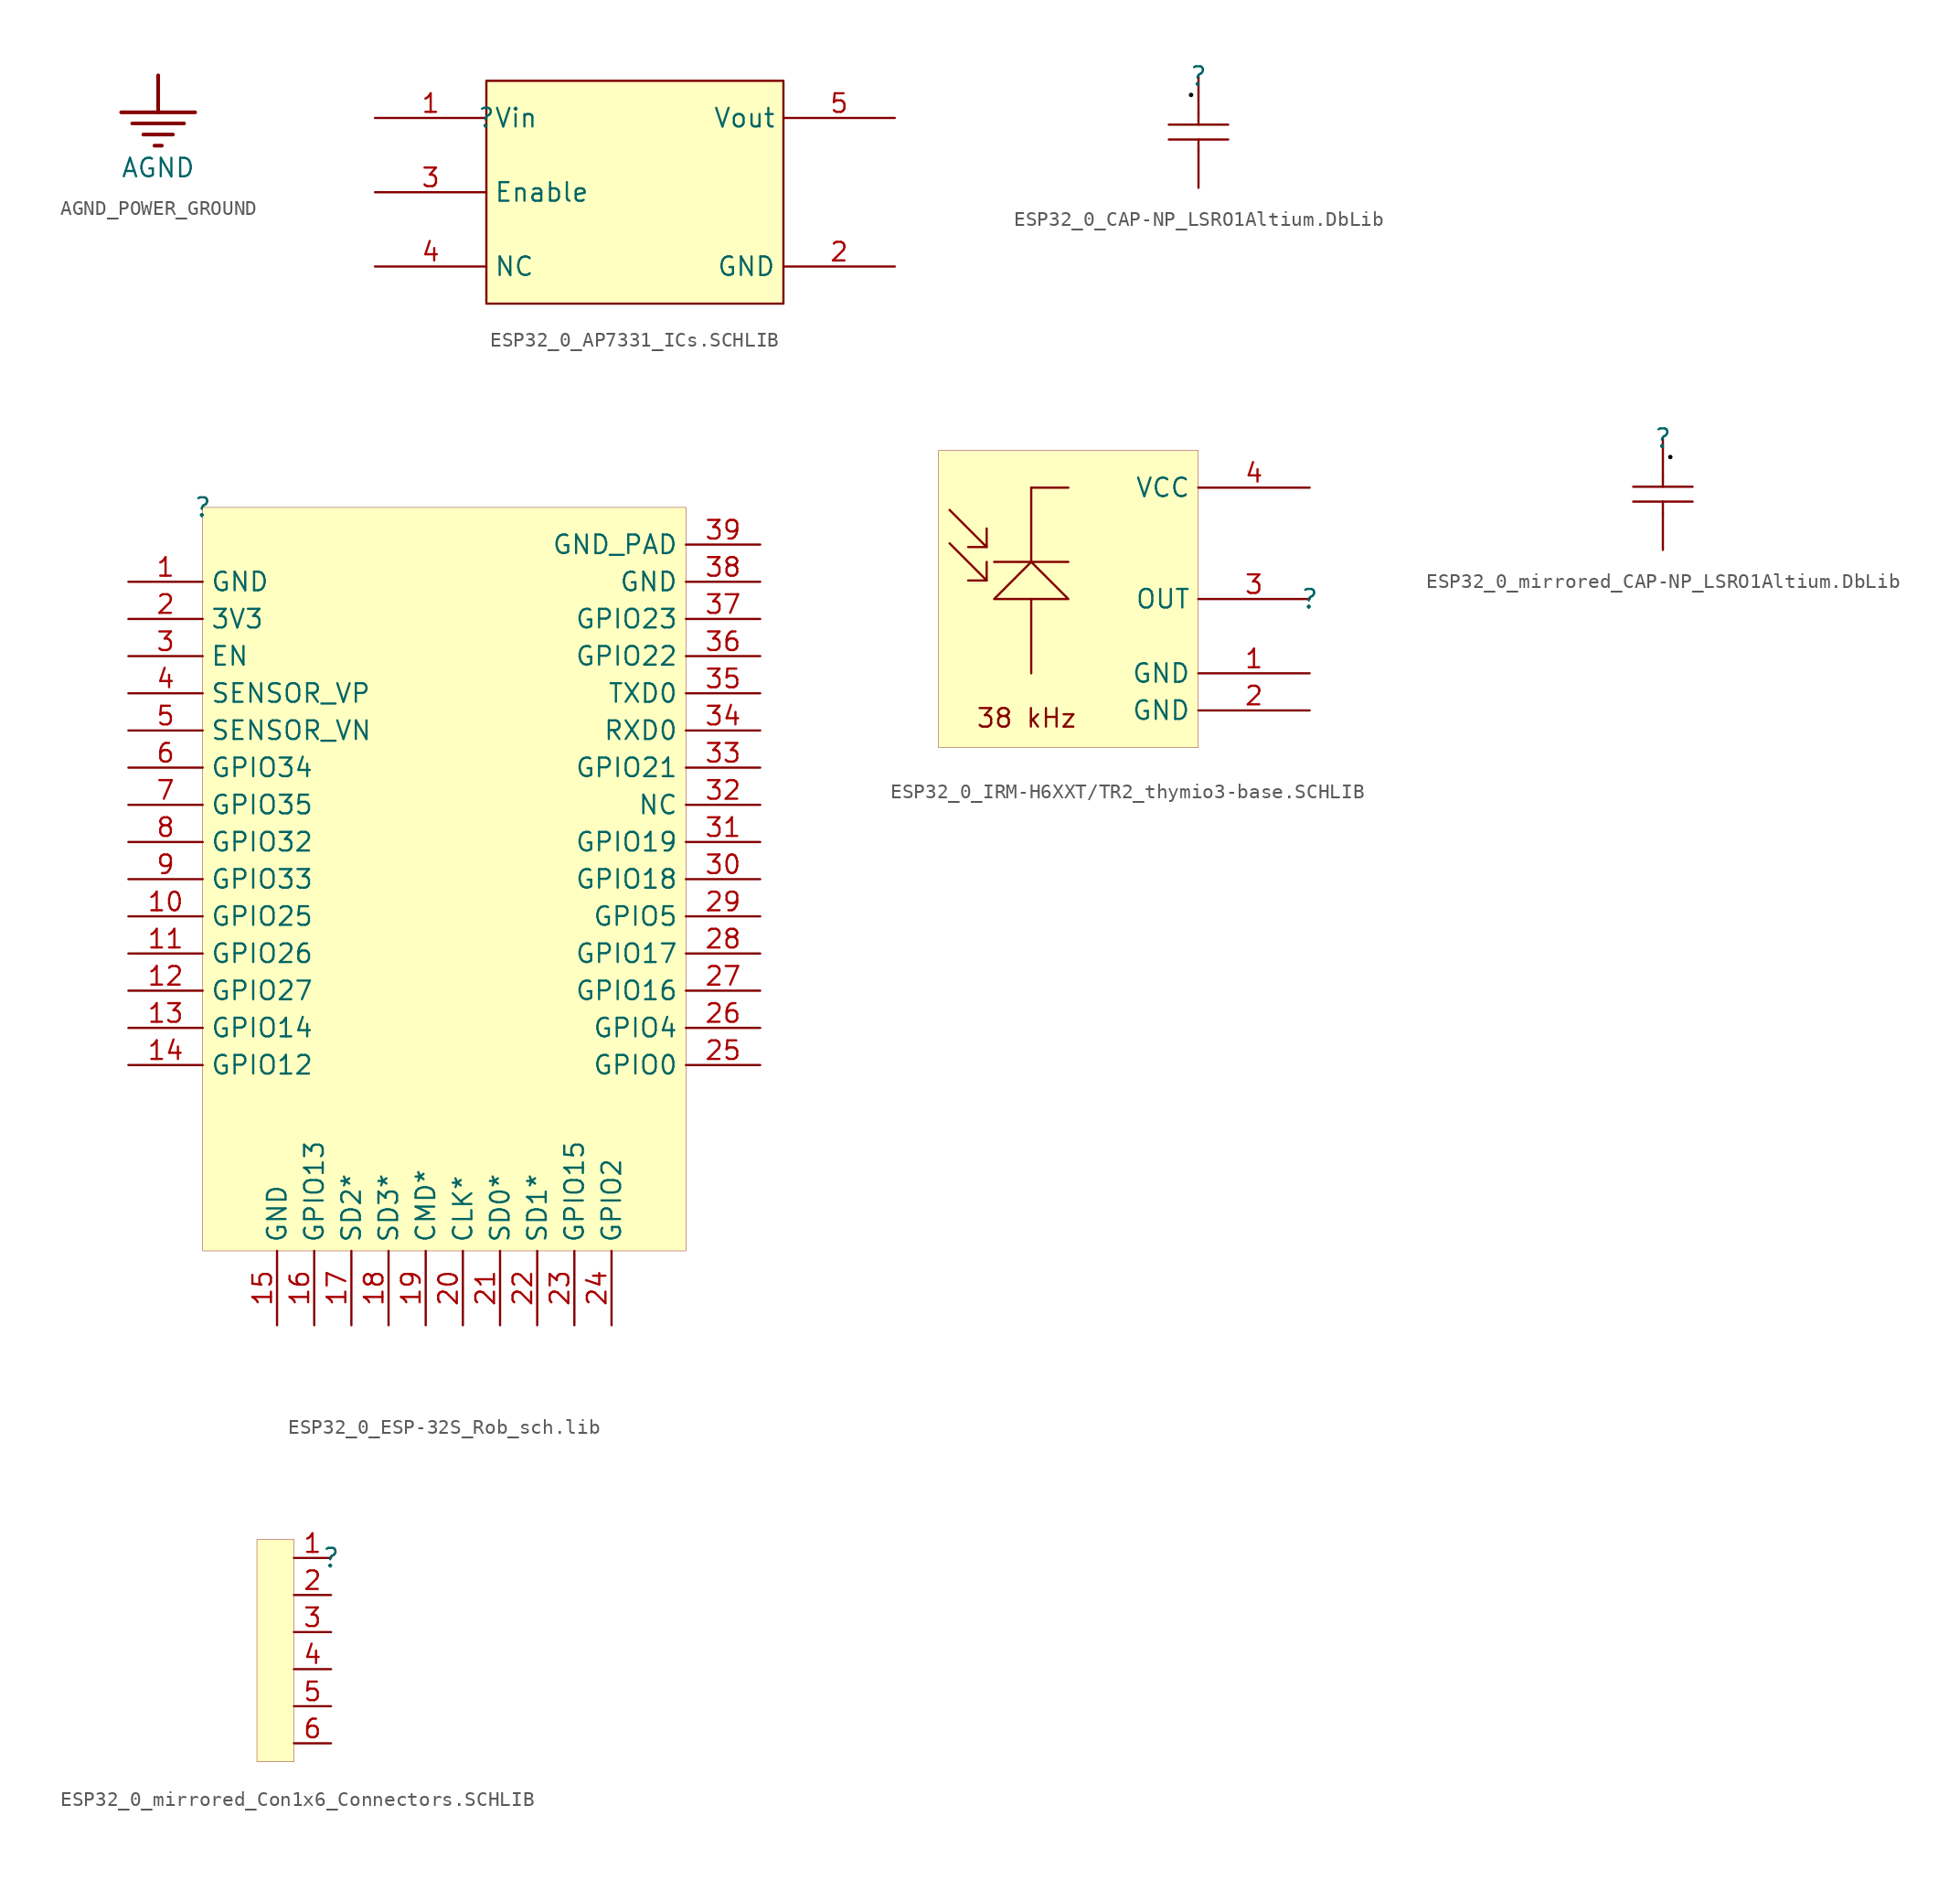
<source format=kicad_sym>
(kicad_symbol_lib
  (version 20241209)
  (generator "kicad_symbol_editor")
  (generator_version "9.0")
  (symbol "AGND_POWER_GROUND"
    (power)
    (property "Reference" "#PWR"
      (at 0 0 0)
      (effects (font (size 1.27 1.27)) (hide yes)))
    (property "Value" "AGND"
      (at 0 -6.35 0)
      (effects (font (size 1.27 1.27))))
    (symbol "AGND_POWER_GROUND_0_0"
      (polyline (pts (xy -2.54 -2.54) (xy 2.54 -2.54)) (stroke (width 0.254) (type solid)) (fill (type none)))
      (polyline (pts (xy -1.778 -3.302) (xy 1.778 -3.302)) (stroke (width 0.254) (type solid)) (fill (type none)))
      (polyline (pts (xy -1.016 -4.064) (xy 1.016 -4.064)) (stroke (width 0.254) (type solid)) (fill (type none)))
      (polyline (pts (xy -0.254 -4.826) (xy 0.254 -4.826)) (stroke (width 0.254) (type solid)) (fill (type none)))
      (polyline (pts (xy 0 0) (xy 0 -2.54)) (stroke (width 0.254) (type solid)) (fill (type none)))
      (pin power_in line (at 0 0 0) (length 0) (hide yes) (name "AGND" (effects (font (size 1.27 1.27)))) (number "" (effects (font (size 1.27 1.27)))))))
  (symbol "ESP32_0_AP7331_ICs.SCHLIB"
    (property "Reference" ""
      (at 0 0 0)
      (effects (font (size 1.27 1.27))))
    (property "Value" ""
      (at 0 0 0)
      (effects (font (size 1.27 1.27))))
    (symbol "ESP32_0_AP7331_ICs.SCHLIB_1_0"
      (rectangle (start 20.32 2.54) (end 0 -12.7) (stroke (width 0) (type solid) (color 128 0 0 1)) (fill (type background)))
      (pin power_in line (at -7.62 0 0) (length 7.62) (name "Vin" (effects (font (size 1.27 1.27)))) (number "1" (effects (font (size 1.27 1.27)))))
      (pin input line (at -7.62 -5.08 0) (length 7.62) (name "Enable" (effects (font (size 1.27 1.27)))) (number "3" (effects (font (size 1.27 1.27)))))
      (pin passive line (at -7.62 -10.16 0) (length 7.62) (name "NC" (effects (font (size 1.27 1.27)))) (number "4" (effects (font (size 1.27 1.27)))))
      (pin power_in line (at 27.94 0 180) (length 7.62) (name "Vout" (effects (font (size 1.27 1.27)))) (number "5" (effects (font (size 1.27 1.27)))))
      (pin power_in line (at 27.94 -10.16 180) (length 7.62) (name "GND" (effects (font (size 1.27 1.27)))) (number "2" (effects (font (size 1.27 1.27)))))))
  (symbol "ESP32_0_CAP-NP_LSRO1Altium.DbLib"
    (pin_numbers
      (hide yes))
    (pin_names
      (hide yes))
    (property "Reference" ""
      (at 0 0 0)
      (effects (font (size 1.27 1.27))))
    (property "Value" ""
      (at 0 0 0)
      (effects (font (size 1.27 1.27))))
    (symbol "ESP32_0_CAP-NP_LSRO1Altium.DbLib_1_0"
      (polyline (pts (xy -2.032 -3.302) (xy 2.032 -3.302)) (stroke (width 0) (type solid)) (fill (type none)))
      (circle (center -0.508 -1.27) (radius 0.152) (stroke (width -0.0001) (type solid) (color 0 0 0 1)) (fill (type outline)))
      (polyline (pts (xy 0 -2.54) (xy 0 -3.302)) (stroke (width 0) (type solid)) (fill (type none)))
      (polyline (pts (xy 0 -5.08) (xy 0 -4.318)) (stroke (width 0) (type solid)) (fill (type none)))
      (polyline (pts (xy 2.032 -4.318) (xy -2.032 -4.318)) (stroke (width 0) (type solid)) (fill (type none)))
      (pin passive line (at 0 0 270) (length 2.54) (name "1" (effects (font (size 1.27 1.27)))) (number "1" (effects (font (size 1.27 1.27)))))
      (pin passive line (at 0 -7.62 90) (length 2.54) (name "2" (effects (font (size 1.27 1.27)))) (number "2" (effects (font (size 1.27 1.27)))))))
  (symbol "ESP32_0_ESP-32S_Rob_sch.lib"
    (property "Reference" ""
      (at 0 0 0)
      (effects (font (size 1.27 1.27))))
    (property "Value" ""
      (at 0 0 0)
      (effects (font (size 1.27 1.27))))
    (symbol "ESP32_0_ESP-32S_Rob_sch.lib_1_0"
      (rectangle (start 33.02 0) (end 0 -50.8) (stroke (width 0.025) (type solid) (color 128 0 0 1)) (fill (type background)))
      (pin power_in line (at -5.08 -5.08 0) (length 5.08) (name "GND" (effects (font (size 1.27 1.27)))) (number "1" (effects (font (size 1.27 1.27)))))
      (pin power_in line (at -5.08 -7.62 0) (length 5.08) (name "3V3" (effects (font (size 1.27 1.27)))) (number "2" (effects (font (size 1.27 1.27)))))
      (pin input line (at -5.08 -10.16 0) (length 5.08) (name "EN" (effects (font (size 1.27 1.27)))) (number "3" (effects (font (size 1.27 1.27)))))
      (pin input line (at -5.08 -12.7 0) (length 5.08) (name "SENSOR_VP" (effects (font (size 1.27 1.27)))) (number "4" (effects (font (size 1.27 1.27)))))
      (pin input line (at -5.08 -15.24 0) (length 5.08) (name "SENSOR_VN" (effects (font (size 1.27 1.27)))) (number "5" (effects (font (size 1.27 1.27)))))
      (pin input line (at -5.08 -17.78 0) (length 5.08) (name "GPIO34" (effects (font (size 1.27 1.27)))) (number "6" (effects (font (size 1.27 1.27)))))
      (pin input line (at -5.08 -20.32 0) (length 5.08) (name "GPIO35" (effects (font (size 1.27 1.27)))) (number "7" (effects (font (size 1.27 1.27)))))
      (pin bidirectional line (at -5.08 -22.86 0) (length 5.08) (name "GPIO32" (effects (font (size 1.27 1.27)))) (number "8" (effects (font (size 1.27 1.27)))))
      (pin bidirectional line (at -5.08 -25.4 0) (length 5.08) (name "GPIO33" (effects (font (size 1.27 1.27)))) (number "9" (effects (font (size 1.27 1.27)))))
      (pin bidirectional line (at -5.08 -27.94 0) (length 5.08) (name "GPIO25" (effects (font (size 1.27 1.27)))) (number "10" (effects (font (size 1.27 1.27)))))
      (pin bidirectional line (at -5.08 -30.48 0) (length 5.08) (name "GPIO26" (effects (font (size 1.27 1.27)))) (number "11" (effects (font (size 1.27 1.27)))))
      (pin bidirectional line (at -5.08 -33.02 0) (length 5.08) (name "GPIO27" (effects (font (size 1.27 1.27)))) (number "12" (effects (font (size 1.27 1.27)))))
      (pin bidirectional line (at -5.08 -35.56 0) (length 5.08) (name "GPIO14" (effects (font (size 1.27 1.27)))) (number "13" (effects (font (size 1.27 1.27)))))
      (pin bidirectional line (at -5.08 -38.1 0) (length 5.08) (name "GPIO12" (effects (font (size 1.27 1.27)))) (number "14" (effects (font (size 1.27 1.27)))))
      (pin power_in line (at 5.08 -55.88 90) (length 5.08) (name "GND" (effects (font (size 1.27 1.27)))) (number "15" (effects (font (size 1.27 1.27)))))
      (pin bidirectional line (at 7.62 -55.88 90) (length 5.08) (name "GPIO13" (effects (font (size 1.27 1.27)))) (number "16" (effects (font (size 1.27 1.27)))))
      (pin bidirectional line (at 10.16 -55.88 90) (length 5.08) (name "SD2*" (effects (font (size 1.27 1.27)))) (number "17" (effects (font (size 1.27 1.27)))))
      (pin bidirectional line (at 12.7 -55.88 90) (length 5.08) (name "SD3*" (effects (font (size 1.27 1.27)))) (number "18" (effects (font (size 1.27 1.27)))))
      (pin bidirectional line (at 15.24 -55.88 90) (length 5.08) (name "CMD*" (effects (font (size 1.27 1.27)))) (number "19" (effects (font (size 1.27 1.27)))))
      (pin bidirectional line (at 17.78 -55.88 90) (length 5.08) (name "CLK*" (effects (font (size 1.27 1.27)))) (number "20" (effects (font (size 1.27 1.27)))))
      (pin bidirectional line (at 20.32 -55.88 90) (length 5.08) (name "SD0*" (effects (font (size 1.27 1.27)))) (number "21" (effects (font (size 1.27 1.27)))))
      (pin bidirectional line (at 22.86 -55.88 90) (length 5.08) (name "SD1*" (effects (font (size 1.27 1.27)))) (number "22" (effects (font (size 1.27 1.27)))))
      (pin bidirectional line (at 25.4 -55.88 90) (length 5.08) (name "GPIO15" (effects (font (size 1.27 1.27)))) (number "23" (effects (font (size 1.27 1.27)))))
      (pin bidirectional line (at 27.94 -55.88 90) (length 5.08) (name "GPIO2" (effects (font (size 1.27 1.27)))) (number "24" (effects (font (size 1.27 1.27)))))
      (pin power_in line (at 38.1 -2.54 180) (length 5.08) (name "GND_PAD" (effects (font (size 1.27 1.27)))) (number "39" (effects (font (size 1.27 1.27)))))
      (pin power_in line (at 38.1 -5.08 180) (length 5.08) (name "GND" (effects (font (size 1.27 1.27)))) (number "38" (effects (font (size 1.27 1.27)))))
      (pin bidirectional line (at 38.1 -7.62 180) (length 5.08) (name "GPIO23" (effects (font (size 1.27 1.27)))) (number "37" (effects (font (size 1.27 1.27)))))
      (pin bidirectional line (at 38.1 -10.16 180) (length 5.08) (name "GPIO22" (effects (font (size 1.27 1.27)))) (number "36" (effects (font (size 1.27 1.27)))))
      (pin bidirectional line (at 38.1 -12.7 180) (length 5.08) (name "TXD0" (effects (font (size 1.27 1.27)))) (number "35" (effects (font (size 1.27 1.27)))))
      (pin bidirectional line (at 38.1 -15.24 180) (length 5.08) (name "RXD0" (effects (font (size 1.27 1.27)))) (number "34" (effects (font (size 1.27 1.27)))))
      (pin bidirectional line (at 38.1 -17.78 180) (length 5.08) (name "GPIO21" (effects (font (size 1.27 1.27)))) (number "33" (effects (font (size 1.27 1.27)))))
      (pin passive line (at 38.1 -20.32 180) (length 5.08) (name "NC" (effects (font (size 1.27 1.27)))) (number "32" (effects (font (size 1.27 1.27)))))
      (pin bidirectional line (at 38.1 -22.86 180) (length 5.08) (name "GPIO19" (effects (font (size 1.27 1.27)))) (number "31" (effects (font (size 1.27 1.27)))))
      (pin bidirectional line (at 38.1 -25.4 180) (length 5.08) (name "GPIO18" (effects (font (size 1.27 1.27)))) (number "30" (effects (font (size 1.27 1.27)))))
      (pin bidirectional line (at 38.1 -27.94 180) (length 5.08) (name "GPIO5" (effects (font (size 1.27 1.27)))) (number "29" (effects (font (size 1.27 1.27)))))
      (pin bidirectional line (at 38.1 -30.48 180) (length 5.08) (name "GPIO17" (effects (font (size 1.27 1.27)))) (number "28" (effects (font (size 1.27 1.27)))))
      (pin bidirectional line (at 38.1 -33.02 180) (length 5.08) (name "GPIO16" (effects (font (size 1.27 1.27)))) (number "27" (effects (font (size 1.27 1.27)))))
      (pin bidirectional line (at 38.1 -35.56 180) (length 5.08) (name "GPIO4" (effects (font (size 1.27 1.27)))) (number "26" (effects (font (size 1.27 1.27)))))
      (pin bidirectional line (at 38.1 -38.1 180) (length 5.08) (name "GPIO0" (effects (font (size 1.27 1.27)))) (number "25" (effects (font (size 1.27 1.27)))))))
  (symbol "ESP32_0_IRM-H6XXT/TR2_thymio3-base.SCHLIB"
    (property "Reference" ""
      (at 0 0 0)
      (effects (font (size 1.27 1.27))))
    (property "Value" ""
      (at 0 0 0)
      (effects (font (size 1.27 1.27))))
    (symbol "ESP32_0_IRM-H6XXT/TR2_thymio3-base.SCHLIB_1_0"
      (polyline (pts (xy -24.638 6.096) (xy -22.098 3.556) (xy -22.098 4.826)) (stroke (width 0) (type solid)) (fill (type none)))
      (polyline (pts (xy -24.638 3.81) (xy -22.098 1.27) (xy -22.098 2.54)) (stroke (width 0) (type solid)) (fill (type none)))
      (polyline (pts (xy -22.098 3.556) (xy -23.368 3.556)) (stroke (width 0) (type solid)) (fill (type none)))
      (polyline (pts (xy -22.098 1.27) (xy -23.368 1.27)) (stroke (width 0) (type solid)) (fill (type none)))
      (polyline (pts (xy -21.59 2.54) (xy -16.51 2.54)) (stroke (width 0) (type solid)) (fill (type none)))
      (polyline (pts (xy -19.05 7.62) (xy -16.51 7.62)) (stroke (width 0) (type solid)) (fill (type none)))
      (polyline (pts (xy -19.05 2.54) (xy -19.05 7.62)) (stroke (width 0) (type solid)) (fill (type none)))
      (polyline (pts (xy -19.05 0) (xy -19.05 -5.08)) (stroke (width 0) (type solid)) (fill (type none)))
      (polyline (pts (xy -16.51 0) (xy -19.05 2.54) (xy -21.59 0) (xy -16.51 0)) (stroke (width 0) (type solid)) (fill (type none)))
      (rectangle (start -7.62 10.16) (end -25.4 -10.16) (stroke (width 0.025) (type solid) (color 128 0 0 1)) (fill (type background)))
      (text "38 kHz" (at -22.86 -8.89 0) (effects (font (size 1.27 1.27)) (justify left bottom)))
      (pin power_in line (at 0 7.62 180) (length 7.62) (name "VCC" (effects (font (size 1.27 1.27)))) (number "4" (effects (font (size 1.27 1.27)))))
      (pin output line (at 0 0 180) (length 7.62) (name "OUT" (effects (font (size 1.27 1.27)))) (number "3" (effects (font (size 1.27 1.27)))))
      (pin power_in line (at 0 -5.08 180) (length 7.62) (name "GND" (effects (font (size 1.27 1.27)))) (number "1" (effects (font (size 1.27 1.27)))))
      (pin power_in line (at 0 -7.62 180) (length 7.62) (name "GND" (effects (font (size 1.27 1.27)))) (number "2" (effects (font (size 1.27 1.27)))))))
  (symbol "ESP32_0_mirrored_CAP-NP_LSRO1Altium.DbLib"
    (pin_numbers
      (hide yes))
    (pin_names
      (hide yes))
    (property "Reference" ""
      (at 0 0 0)
      (effects (font (size 1.27 1.27))))
    (property "Value" ""
      (at 0 0 0)
      (effects (font (size 1.27 1.27))))
    (symbol "ESP32_0_mirrored_CAP-NP_LSRO1Altium.DbLib_1_0"
      (polyline (pts (xy -2.032 -4.318) (xy 2.032 -4.318)) (stroke (width 0) (type solid)) (fill (type none)))
      (polyline (pts (xy 0 -2.54) (xy 0 -3.302)) (stroke (width 0) (type solid)) (fill (type none)))
      (polyline (pts (xy 0 -5.08) (xy 0 -4.318)) (stroke (width 0) (type solid)) (fill (type none)))
      (circle (center 0.508 -1.27) (radius 0.152) (stroke (width -0.0001) (type solid) (color 0 0 0 1)) (fill (type outline)))
      (polyline (pts (xy 2.032 -3.302) (xy -2.032 -3.302)) (stroke (width 0) (type solid)) (fill (type none)))
      (pin passive line (at 0 0 270) (length 2.54) (name "1" (effects (font (size 1.27 1.27)))) (number "1" (effects (font (size 1.27 1.27)))))
      (pin passive line (at 0 -7.62 90) (length 2.54) (name "2" (effects (font (size 1.27 1.27)))) (number "2" (effects (font (size 1.27 1.27)))))))
  (symbol "ESP32_0_mirrored_Con1x6_Connectors.SCHLIB"
    (pin_names
      (hide yes))
    (property "Reference" ""
      (at 0 0 0)
      (effects (font (size 1.27 1.27))))
    (property "Value" ""
      (at 0 0 0)
      (effects (font (size 1.27 1.27))))
    (symbol "ESP32_0_mirrored_Con1x6_Connectors.SCHLIB_1_0"
      (rectangle (start -2.54 1.27) (end -5.08 -13.97) (stroke (width 0.025) (type solid) (color 128 0 0 1)) (fill (type background)))
      (pin passive line (at 0 0 180) (length 2.54) (name "1" (effects (font (size 1.27 1.27)))) (number "1" (effects (font (size 1.27 1.27)))))
      (pin passive line (at 0 -2.54 180) (length 2.54) (name "2" (effects (font (size 1.27 1.27)))) (number "2" (effects (font (size 1.27 1.27)))))
      (pin passive line (at 0 -5.08 180) (length 2.54) (name "3" (effects (font (size 1.27 1.27)))) (number "3" (effects (font (size 1.27 1.27)))))
      (pin passive line (at 0 -7.62 180) (length 2.54) (name "4" (effects (font (size 1.27 1.27)))) (number "4" (effects (font (size 1.27 1.27)))))
      (pin passive line (at 0 -10.16 180) (length 2.54) (name "5" (effects (font (size 1.27 1.27)))) (number "5" (effects (font (size 1.27 1.27)))))
      (pin passive line (at 0 -12.7 180) (length 2.54) (name "6" (effects (font (size 1.27 1.27)))) (number "6" (effects (font (size 1.27 1.27))))))))
</source>
